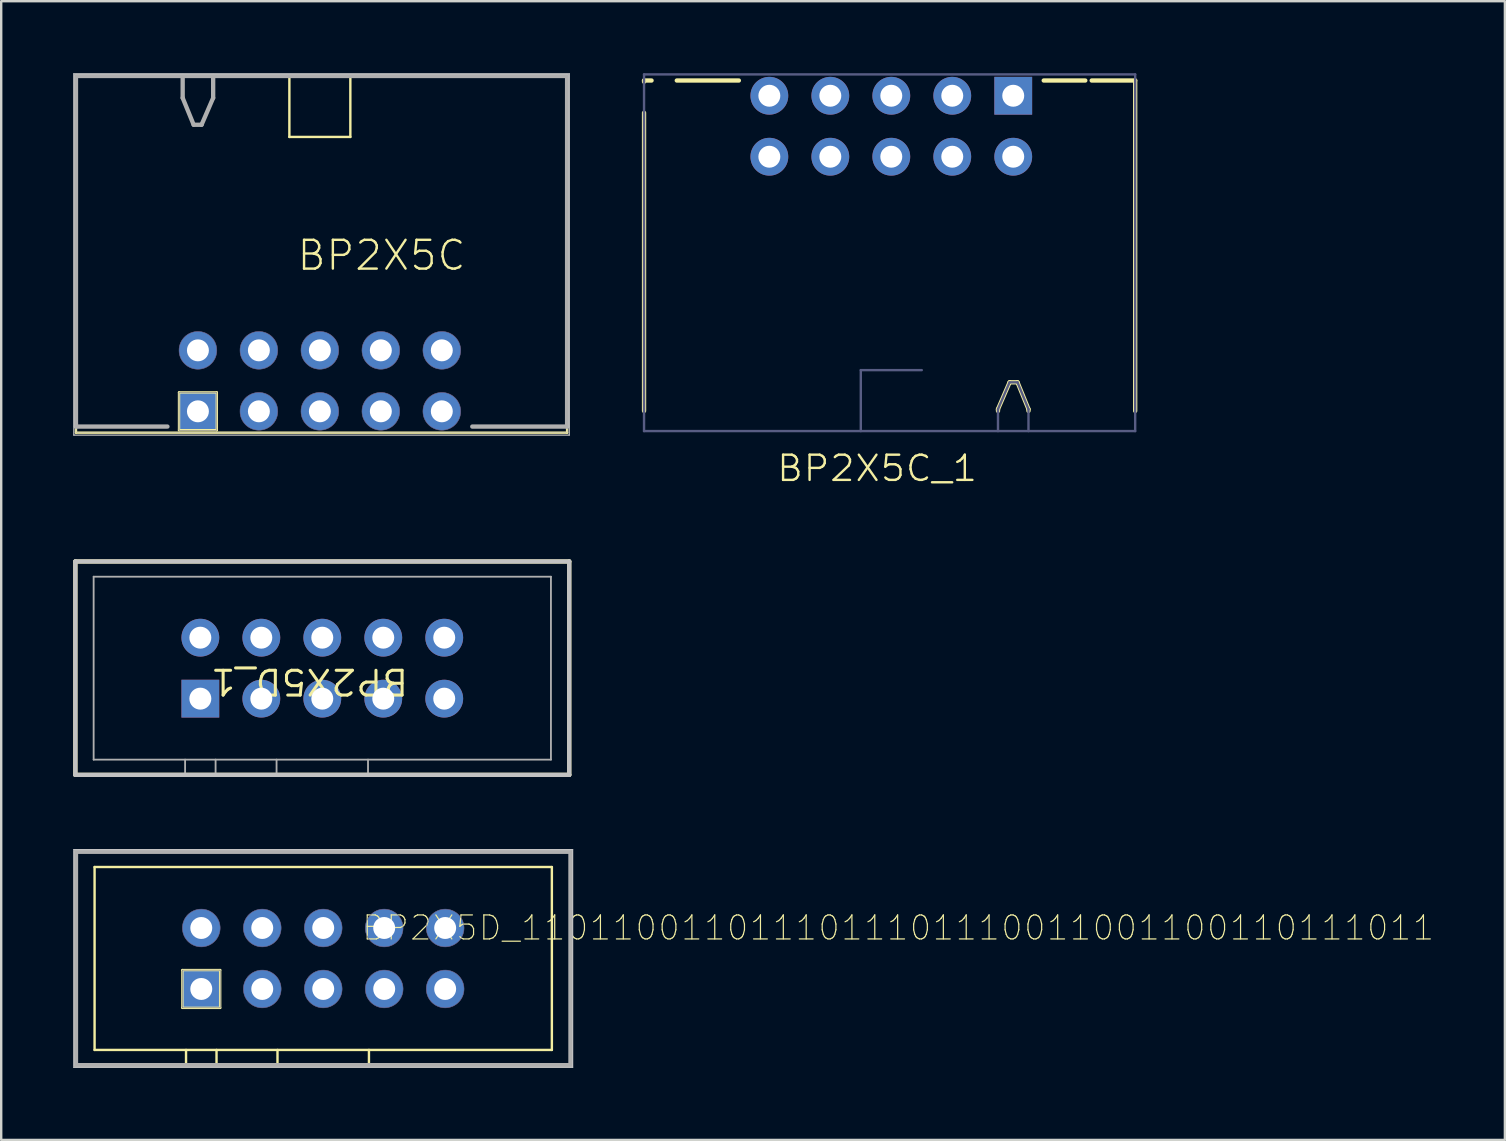
<source format=kicad_pcb>
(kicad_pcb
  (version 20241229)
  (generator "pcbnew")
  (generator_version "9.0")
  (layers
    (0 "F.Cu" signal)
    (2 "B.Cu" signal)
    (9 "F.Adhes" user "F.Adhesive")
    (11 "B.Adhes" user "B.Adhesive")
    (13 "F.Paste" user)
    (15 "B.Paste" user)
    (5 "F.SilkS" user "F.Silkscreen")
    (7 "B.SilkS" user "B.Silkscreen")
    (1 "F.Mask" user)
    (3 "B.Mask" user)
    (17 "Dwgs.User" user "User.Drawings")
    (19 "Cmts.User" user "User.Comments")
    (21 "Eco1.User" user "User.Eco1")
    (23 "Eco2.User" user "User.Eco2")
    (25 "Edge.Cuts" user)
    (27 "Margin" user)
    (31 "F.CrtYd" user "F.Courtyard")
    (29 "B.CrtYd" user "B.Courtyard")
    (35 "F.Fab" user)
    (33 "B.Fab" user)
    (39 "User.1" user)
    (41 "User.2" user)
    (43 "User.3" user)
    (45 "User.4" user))
  (footprint "BP2X5C_1"
    (layer "F.Cu")
    (at 39.16 0.939)
    (property "Reference" "BP2X5C_1" (at -5.671 15.522 0) (unlocked yes) (layer "F.SilkS") (effects (font (size 1.05 1.104) (thickness 0.1))))
    (attr smd)
    (fp_line (start -15.38 -0.635) (end -15.38 -0.583) (stroke (width 0.18) (type solid)) (layer "F.SilkS"))
    (fp_line (start -15.38 0.71) (end -15.38 13.13) (stroke (width 0.18) (type solid)) (layer "F.SilkS"))
    (fp_line (start -15.067 -0.635) (end -15.38 -0.635) (stroke (width 0.18) (type solid)) (layer "F.SilkS"))
    (fp_line (start -11.43 -0.635) (end -14.016 -0.635) (stroke (width 0.18) (type solid)) (layer "F.SilkS"))
    (fp_line (start -0.635 13.056) (end -0.635 13.13) (stroke (width 0.18) (type solid)) (layer "F.SilkS"))
    (fp_line (start -0.152 11.938) (end -0.635 13.056) (stroke (width 0.18) (type solid)) (layer "F.SilkS"))
    (fp_line (start 0.178 11.938) (end -0.152 11.938) (stroke (width 0.18) (type solid)) (layer "F.SilkS"))
    (fp_line (start 0.635 13.056) (end 0.178 11.938) (stroke (width 0.18) (type solid)) (layer "F.SilkS"))
    (fp_line (start 0.635 13.056) (end 0.635 13.13) (stroke (width 0.18) (type solid)) (layer "F.SilkS"))
    (fp_line (start 3.002 -0.635) (end 1.27 -0.635) (stroke (width 0.18) (type solid)) (layer "F.SilkS"))
    (fp_line (start 5.08 -0.635) (end 3.268 -0.635) (stroke (width 0.18) (type solid)) (layer "F.SilkS"))
    (fp_line (start 5.08 -0.635) (end 5.08 13.13) (stroke (width 0.18) (type solid)) (layer "F.SilkS"))
    (fp_line (start -15.38 -0.889) (end -15.38 13.97) (stroke (width 0.1) (type solid)) (layer "B.Fab"))
    (fp_line (start -6.35 11.43) (end -6.35 13.97) (stroke (width 0.1) (type solid)) (layer "B.Fab"))
    (fp_line (start -3.81 11.43) (end -6.35 11.43) (stroke (width 0.1) (type solid)) (layer "B.Fab"))
    (fp_line (start -0.635 13.056) (end -0.635 13.97) (stroke (width 0.1) (type solid)) (layer "B.Fab"))
    (fp_line (start -0.152 11.938) (end -0.635 13.056) (stroke (width 0.1) (type solid)) (layer "B.Fab"))
    (fp_line (start 0.178 11.938) (end -0.152 11.938) (stroke (width 0.1) (type solid)) (layer "B.Fab"))
    (fp_line (start 0.635 13.056) (end 0.178 11.938) (stroke (width 0.1) (type solid)) (layer "B.Fab"))
    (fp_line (start 0.635 13.056) (end 0.635 13.97) (stroke (width 0.1) (type solid)) (layer "B.Fab"))
    (fp_line (start 5.08 -0.889) (end -15.38 -0.889) (stroke (width 0.1) (type solid)) (layer "B.Fab"))
    (fp_line (start 5.08 -0.889) (end 5.08 13.97) (stroke (width 0.1) (type solid)) (layer "B.Fab"))
    (fp_line (start 5.08 13.97) (end -15.38 13.97) (stroke (width 0.1) (type solid)) (layer "B.Fab"))
    (pad "1" thru_hole rect (at 0 0 180) (size 1.575 1.575) (drill 0.914) (layers "*.Cu" "*.Mask"))
    (pad "2" thru_hole circle (at 0 2.54 180) (size 1.575 1.575) (drill 0.914) (layers "*.Cu" "*.Mask"))
    (pad "3" thru_hole circle (at -2.54 0 180) (size 1.575 1.575) (drill 0.914) (layers "*.Cu" "*.Mask"))
    (pad "4" thru_hole circle (at -2.54 2.54 180) (size 1.575 1.575) (drill 0.914) (layers "*.Cu" "*.Mask"))
    (pad "5" thru_hole circle (at -5.08 0 180) (size 1.575 1.575) (drill 0.914) (layers "*.Cu" "*.Mask"))
    (pad "6" thru_hole circle (at -5.08 2.54 180) (size 1.575 1.575) (drill 0.914) (layers "*.Cu" "*.Mask"))
    (pad "7" thru_hole circle (at -7.62 0 180) (size 1.575 1.575) (drill 0.914) (layers "*.Cu" "*.Mask"))
    (pad "8" thru_hole circle (at -7.62 2.54 180) (size 1.575 1.575) (drill 0.914) (layers "*.Cu" "*.Mask"))
    (pad "9" thru_hole circle (at -10.16 0 180) (size 1.575 1.575) (drill 0.914) (layers "*.Cu" "*.Mask"))
    (pad "10" thru_hole circle (at -10.16 2.54 180) (size 1.575 1.575) (drill 0.914) (layers "*.Cu" "*.Mask")))
  (footprint "BP2X5D_1"
    (layer "F.Cu")
    (at 5.296 26.055)
    (property "Reference" "BP2X5D_1" (at 4.547 -0.711 180) (unlocked yes) (layer "F.SilkS") (effects (font (size 1.033 1.087) (thickness 0.127))))
    (attr smd)
    (fp_line (start -5.207 -5.715) (end 15.367 -5.715) (stroke (width 0.178) (type solid)) (layer "F.SilkS"))
    (fp_line (start -5.207 3.175) (end -5.207 -5.715) (stroke (width 0.178) (type solid)) (layer "F.SilkS"))
    (fp_line (start -5.207 3.175) (end 15.367 3.175) (stroke (width 0.178) (type solid)) (layer "F.SilkS"))
    (fp_line (start 15.367 3.175) (end 15.367 -5.715) (stroke (width 0.178) (type solid)) (layer "F.SilkS"))
    (fp_line (start -5.207 -5.715) (end 15.367 -5.715) (stroke (width 0.178) (type solid)) (layer "Dwgs.User"))
    (fp_line (start -5.207 3.175) (end -5.207 -5.715) (stroke (width 0.178) (type solid)) (layer "Dwgs.User"))
    (fp_line (start -5.207 3.175) (end 15.367 3.175) (stroke (width 0.178) (type solid)) (layer "Dwgs.User"))
    (fp_line (start 15.367 3.175) (end 15.367 -5.715) (stroke (width 0.178) (type solid)) (layer "Dwgs.User"))
    (fp_line (start -5.207 -5.715) (end 15.367 -5.715) (stroke (width 0.076) (type solid)) (layer "F.Fab"))
    (fp_line (start -5.207 3.175) (end -5.207 -5.715) (stroke (width 0.076) (type solid)) (layer "F.Fab"))
    (fp_line (start -5.207 3.175) (end 15.367 3.175) (stroke (width 0.076) (type solid)) (layer "F.Fab"))
    (fp_line (start -4.445 -5.08) (end 14.605 -5.08) (stroke (width 0.076) (type solid)) (layer "F.Fab"))
    (fp_line (start -4.445 2.54) (end -4.445 -5.08) (stroke (width 0.076) (type solid)) (layer "F.Fab"))
    (fp_line (start -4.445 2.54) (end 14.605 2.54) (stroke (width 0.076) (type solid)) (layer "F.Fab"))
    (fp_line (start -0.635 3.175) (end -0.635 2.54) (stroke (width 0.076) (type solid)) (layer "F.Fab"))
    (fp_line (start 0.635 3.175) (end 0.635 2.54) (stroke (width 0.076) (type solid)) (layer "F.Fab"))
    (fp_line (start 3.175 3.175) (end 3.175 2.54) (stroke (width 0.076) (type solid)) (layer "F.Fab"))
    (fp_line (start 6.985 3.175) (end 6.985 2.54) (stroke (width 0.076) (type solid)) (layer "F.Fab"))
    (fp_line (start 14.605 2.54) (end 14.605 -5.08) (stroke (width 0.076) (type solid)) (layer "F.Fab"))
    (fp_line (start 15.367 3.175) (end 15.367 -5.715) (stroke (width 0.076) (type solid)) (layer "F.Fab"))
    (pad "1" thru_hole rect (at 0 0) (size 1.575 1.575) (drill 0.914) (layers "*.Cu" "*.Mask"))
    (pad "2" thru_hole circle (at 0 -2.54) (size 1.575 1.575) (drill 0.914) (layers "*.Cu" "*.Mask"))
    (pad "3" thru_hole circle (at 2.54 0) (size 1.575 1.575) (drill 0.914) (layers "*.Cu" "*.Mask"))
    (pad "4" thru_hole circle (at 2.54 -2.54) (size 1.575 1.575) (drill 0.914) (layers "*.Cu" "*.Mask"))
    (pad "5" thru_hole circle (at 5.08 0) (size 1.575 1.575) (drill 0.914) (layers "*.Cu" "*.Mask"))
    (pad "6" thru_hole circle (at 5.08 -2.54) (size 1.575 1.575) (drill 0.914) (layers "*.Cu" "*.Mask"))
    (pad "7" thru_hole circle (at 7.62 0) (size 1.575 1.575) (drill 0.914) (layers "*.Cu" "*.Mask"))
    (pad "8" thru_hole circle (at 7.62 -2.54) (size 1.575 1.575) (drill 0.914) (layers "*.Cu" "*.Mask"))
    (pad "9" thru_hole circle (at 10.16 0) (size 1.575 1.575) (drill 0.914) (layers "*.Cu" "*.Mask"))
    (pad "10" thru_hole circle (at 10.16 -2.54) (size 1.575 1.575) (drill 0.914) (layers "*.Cu" "*.Mask")))
  (footprint "BP2X5D_1101100110111011101110011001100110111011"
    (placed yes)
    (layer "F.Cu")
    (at 5.335 38.149)
    (property "Reference" "BP2X5D_1101100110111011101110011001100110111011" (at 6.643 -1.96 180) (layer "F.SilkS") (effects (font (size 1 1) (thickness 0.05)) (justify left bottom)))
    (attr through_hole)
    (fp_line (start -5.22 -5.715) (end -5.22 3.175) (stroke (width 0.1) (type solid)) (layer "F.SilkS"))
    (fp_line (start -5.22 3.175) (end 15.38 3.175) (stroke (width 0.1) (type solid)) (layer "F.SilkS"))
    (fp_line (start -4.445 -5.08) (end -4.445 2.54) (stroke (width 0.1) (type solid)) (layer "F.SilkS"))
    (fp_line (start -4.445 2.54) (end 14.605 2.54) (stroke (width 0.1) (type solid)) (layer "F.SilkS"))
    (fp_line (start -0.787 -0.787) (end -0.787 0.787) (stroke (width 0.1) (type solid)) (layer "F.SilkS"))
    (fp_line (start -0.787 0.787) (end 0.787 0.787) (stroke (width 0.1) (type solid)) (layer "F.SilkS"))
    (fp_line (start -0.635 3.175) (end -0.635 2.54) (stroke (width 0.1) (type solid)) (layer "F.SilkS"))
    (fp_line (start 0.635 3.175) (end 0.635 2.54) (stroke (width 0.1) (type solid)) (layer "F.SilkS"))
    (fp_line (start 0.787 -0.787) (end -0.787 -0.787) (stroke (width 0.1) (type solid)) (layer "F.SilkS"))
    (fp_line (start 0.787 0.787) (end 0.787 -0.787) (stroke (width 0.1) (type solid)) (layer "F.SilkS"))
    (fp_line (start 3.175 3.175) (end 3.175 2.54) (stroke (width 0.1) (type solid)) (layer "F.SilkS"))
    (fp_line (start 6.985 3.175) (end 6.985 2.54) (stroke (width 0.1) (type solid)) (layer "F.SilkS"))
    (fp_line (start 14.605 -5.08) (end -4.445 -5.08) (stroke (width 0.1) (type solid)) (layer "F.SilkS"))
    (fp_line (start 14.605 2.54) (end 14.605 -5.08) (stroke (width 0.1) (type solid)) (layer "F.SilkS"))
    (fp_line (start 15.38 -5.715) (end -5.22 -5.715) (stroke (width 0.1) (type solid)) (layer "F.SilkS"))
    (fp_line (start 15.38 3.175) (end 15.38 -5.715) (stroke (width 0.1) (type solid)) (layer "F.SilkS"))
    (fp_line (start -5.31 -5.805) (end 15.47 -5.805) (stroke (width 0.05) (type solid)) (layer "Dwgs.User"))
    (fp_line (start -5.31 3.265) (end -5.31 -5.805) (stroke (width 0.05) (type solid)) (layer "Dwgs.User"))
    (fp_line (start 15.47 -5.805) (end 15.47 3.265) (stroke (width 0.05) (type solid)) (layer "Dwgs.User"))
    (fp_line (start 15.47 3.265) (end -5.31 3.265) (stroke (width 0.05) (type solid)) (layer "Dwgs.User"))
    (fp_arc (start 0.7874 -2.54) (mid -0.7874 -2.54) (end 0.7874 -2.54) (stroke (width 0.02) (type solid)) (layer "B.Fab"))
    (fp_arc (start 3.3274 -2.54) (mid 1.7526 -2.54) (end 3.3274 -2.54) (stroke (width 0.02) (type solid)) (layer "B.Fab"))
    (fp_arc (start 3.3274 0) (mid 1.7526 0) (end 3.3274 0) (stroke (width 0.02) (type solid)) (layer "B.Fab"))
    (fp_arc (start 5.8674 -2.54) (mid 4.2926 -2.54) (end 5.8674 -2.54) (stroke (width 0.02) (type solid)) (layer "B.Fab"))
    (fp_arc (start 5.8674 0) (mid 4.2926 0) (end 5.8674 0) (stroke (width 0.02) (type solid)) (layer "B.Fab"))
    (fp_arc (start 8.4074 -2.54) (mid 6.8326 -2.54) (end 8.4074 -2.54) (stroke (width 0.02) (type solid)) (layer "B.Fab"))
    (fp_arc (start 8.4074 0) (mid 6.8326 0) (end 8.4074 0) (stroke (width 0.02) (type solid)) (layer "B.Fab"))
    (fp_arc (start 10.9474 -2.54) (mid 9.3726 -2.54) (end 10.9474 -2.54) (stroke (width 0.02) (type solid)) (layer "B.Fab"))
    (fp_arc (start 10.9474 0) (mid 9.3726 0) (end 10.9474 0) (stroke (width 0.02) (type solid)) (layer "B.Fab"))
    (fp_poly (pts (xy 0.787 -0.787) (xy 0.787 0.787) (xy -0.787 0.787) (xy -0.787 -0.787)) (stroke (width 0.02) (type solid)) (fill no) (layer "B.Fab"))
    (fp_line (start -5.22 -5.715) (end -5.22 3.175) (stroke (width 0.18) (type solid)) (layer "F.Fab"))
    (fp_line (start -5.22 3.175) (end 15.38 3.175) (stroke (width 0.18) (type solid)) (layer "F.Fab"))
    (fp_line (start 15.38 -5.715) (end -5.22 -5.715) (stroke (width 0.18) (type solid)) (layer "F.Fab"))
    (fp_line (start 15.38 3.175) (end 15.38 -5.715) (stroke (width 0.18) (type solid)) (layer "F.Fab"))
    (fp_poly (pts (xy -5.22 3.175) (xy -5.22 -5.715) (xy 15.38 -5.715) (xy 15.38 3.175) (xy -5.22 3.175)) (stroke (width 0.02) (type solid)) (fill no) (layer "F.Fab"))
    (pad "1" thru_hole rect (at 0 0) (size 1.575 1.575) (drill 0.914) (layers "*.Cu" "*.Mask"))
    (pad "2" thru_hole circle (at 0 -2.54) (size 1.575 1.575) (drill 0.914) (layers "*.Cu" "*.Mask"))
    (pad "3" thru_hole circle (at 2.54 0) (size 1.575 1.575) (drill 0.914) (layers "*.Cu" "*.Mask"))
    (pad "4" thru_hole circle (at 2.54 -2.54) (size 1.575 1.575) (drill 0.914) (layers "*.Cu" "*.Mask"))
    (pad "5" thru_hole circle (at 5.08 0) (size 1.575 1.575) (drill 0.914) (layers "*.Cu" "*.Mask"))
    (pad "6" thru_hole circle (at 5.08 -2.54) (size 1.575 1.575) (drill 0.914) (layers "*.Cu" "*.Mask"))
    (pad "7" thru_hole circle (at 7.62 0) (size 1.575 1.575) (drill 0.914) (layers "*.Cu" "*.Mask"))
    (pad "8" thru_hole circle (at 7.62 -2.54) (size 1.575 1.575) (drill 0.914) (layers "*.Cu" "*.Mask"))
    (pad "9" thru_hole circle (at 10.16 0) (size 1.575 1.575) (drill 0.914) (layers "*.Cu" "*.Mask"))
    (pad "10" thru_hole circle (at 10.16 -2.54) (size 1.575 1.575) (drill 0.914) (layers "*.Cu" "*.Mask")))
  (footprint "BP2X5C"
    (placed yes)
    (layer "F.Cu")
    (at 5.195 14.085)
    (property "Reference" "BP2X5C" (at 4.07 -5.794 180) (layer "F.SilkS") (effects (font (size 1.2 1.2) (thickness 0.1)) (justify left bottom)))
    (attr through_hole)
    (fp_line (start -5.08 -13.97) (end -5.08 0.889) (stroke (width 0.1) (type solid)) (layer "F.SilkS"))
    (fp_line (start -5.08 0.889) (end 15.38 0.889) (stroke (width 0.1) (type solid)) (layer "F.SilkS"))
    (fp_line (start -0.787 -0.787) (end -0.787 0.787) (stroke (width 0.1) (type solid)) (layer "F.SilkS"))
    (fp_line (start -0.787 0.787) (end 0.787 0.787) (stroke (width 0.1) (type solid)) (layer "F.SilkS"))
    (fp_line (start -0.635 -13.97) (end -0.635 -13.056) (stroke (width 0.1) (type solid)) (layer "F.SilkS"))
    (fp_line (start -0.635 -13.056) (end -0.178 -11.938) (stroke (width 0.1) (type solid)) (layer "F.SilkS"))
    (fp_line (start -0.178 -11.938) (end 0.152 -11.938) (stroke (width 0.1) (type solid)) (layer "F.SilkS"))
    (fp_line (start 0.152 -11.938) (end 0.635 -13.056) (stroke (width 0.1) (type solid)) (layer "F.SilkS"))
    (fp_line (start 0.635 -13.056) (end 0.635 -13.97) (stroke (width 0.1) (type solid)) (layer "F.SilkS"))
    (fp_line (start 0.787 -0.787) (end -0.787 -0.787) (stroke (width 0.1) (type solid)) (layer "F.SilkS"))
    (fp_line (start 0.787 0.787) (end 0.787 -0.787) (stroke (width 0.1) (type solid)) (layer "F.SilkS"))
    (fp_line (start 3.81 -11.43) (end 3.81 -13.97) (stroke (width 0.1) (type solid)) (layer "F.SilkS"))
    (fp_line (start 6.35 -13.97) (end 6.35 -11.43) (stroke (width 0.1) (type solid)) (layer "F.SilkS"))
    (fp_line (start 6.35 -11.43) (end 3.81 -11.43) (stroke (width 0.1) (type solid)) (layer "F.SilkS"))
    (fp_line (start 15.38 -13.97) (end -5.08 -13.97) (stroke (width 0.1) (type solid)) (layer "F.SilkS"))
    (fp_line (start 15.38 0.889) (end 15.38 -13.97) (stroke (width 0.1) (type solid)) (layer "F.SilkS"))
    (fp_line (start -5.17 -14.06) (end 15.47 -14.06) (stroke (width 0.05) (type solid)) (layer "Dwgs.User"))
    (fp_line (start -5.17 0.991) (end -5.17 -14.06) (stroke (width 0.05) (type solid)) (layer "Dwgs.User"))
    (fp_line (start 15.47 -14.06) (end 15.47 0.991) (stroke (width 0.05) (type solid)) (layer "Dwgs.User"))
    (fp_line (start 15.47 0.991) (end -5.17 0.991) (stroke (width 0.05) (type solid)) (layer "Dwgs.User"))
    (fp_arc (start 0.7874 -2.54) (mid -0.7874 -2.54) (end 0.7874 -2.54) (stroke (width 0.02) (type solid)) (layer "B.Fab"))
    (fp_arc (start 3.3274 -2.54) (mid 1.7526 -2.54) (end 3.3274 -2.54) (stroke (width 0.02) (type solid)) (layer "B.Fab"))
    (fp_arc (start 3.3274 0) (mid 1.7526 0) (end 3.3274 0) (stroke (width 0.02) (type solid)) (layer "B.Fab"))
    (fp_arc (start 5.8674 -2.54) (mid 4.2926 -2.54) (end 5.8674 -2.54) (stroke (width 0.02) (type solid)) (layer "B.Fab"))
    (fp_arc (start 5.8674 0) (mid 4.2926 0) (end 5.8674 0) (stroke (width 0.02) (type solid)) (layer "B.Fab"))
    (fp_arc (start 8.4074 -2.54) (mid 6.8326 -2.54) (end 8.4074 -2.54) (stroke (width 0.02) (type solid)) (layer "B.Fab"))
    (fp_arc (start 8.4074 0) (mid 6.8326 0) (end 8.4074 0) (stroke (width 0.02) (type solid)) (layer "B.Fab"))
    (fp_arc (start 10.9474 -2.54) (mid 9.3726 -2.54) (end 10.9474 -2.54) (stroke (width 0.02) (type solid)) (layer "B.Fab"))
    (fp_arc (start 10.9474 0) (mid 9.3726 0) (end 10.9474 0) (stroke (width 0.02) (type solid)) (layer "B.Fab"))
    (fp_poly (pts (xy 0.787 -0.787) (xy 0.787 0.787) (xy -0.787 0.787) (xy -0.787 -0.787)) (stroke (width 0.02) (type solid)) (fill no) (layer "B.Fab"))
    (fp_line (start -5.08 -13.97) (end -5.08 0.635) (stroke (width 0.18) (type solid)) (layer "F.Fab"))
    (fp_line (start -5.08 0.635) (end -1.27 0.635) (stroke (width 0.18) (type solid)) (layer "F.Fab"))
    (fp_line (start -0.635 -13.97) (end -0.635 -13.056) (stroke (width 0.18) (type solid)) (layer "F.Fab"))
    (fp_line (start -0.635 -13.056) (end -0.178 -11.938) (stroke (width 0.18) (type solid)) (layer "F.Fab"))
    (fp_line (start -0.178 -11.938) (end 0.152 -11.938) (stroke (width 0.18) (type solid)) (layer "F.Fab"))
    (fp_line (start 0.152 -11.938) (end 0.635 -13.056) (stroke (width 0.18) (type solid)) (layer "F.Fab"))
    (fp_line (start 0.635 -13.056) (end 0.635 -13.97) (stroke (width 0.18) (type solid)) (layer "F.Fab"))
    (fp_line (start 11.43 0.635) (end 15.38 0.635) (stroke (width 0.18) (type solid)) (layer "F.Fab"))
    (fp_line (start 15.38 -13.97) (end -5.08 -13.97) (stroke (width 0.18) (type solid)) (layer "F.Fab"))
    (fp_line (start 15.38 0.635) (end 15.38 -13.97) (stroke (width 0.18) (type solid)) (layer "F.Fab"))
    (fp_poly (pts (xy -5.08 0.889) (xy -5.08 -13.97) (xy 15.38 -13.97) (xy 15.38 0.889) (xy -5.08 0.889)) (stroke (width 0.02) (type solid)) (fill no) (layer "F.Fab"))
    (pad "1" thru_hole rect (at 0 0) (size 1.575 1.575) (drill 0.914) (layers "*.Cu" "*.Mask"))
    (pad "2" thru_hole circle (at 0 -2.54) (size 1.575 1.575) (drill 0.914) (layers "*.Cu" "*.Mask"))
    (pad "3" thru_hole circle (at 2.54 0) (size 1.575 1.575) (drill 0.914) (layers "*.Cu" "*.Mask"))
    (pad "4" thru_hole circle (at 2.54 -2.54) (size 1.575 1.575) (drill 0.914) (layers "*.Cu" "*.Mask"))
    (pad "5" thru_hole circle (at 5.08 0) (size 1.575 1.575) (drill 0.914) (layers "*.Cu" "*.Mask"))
    (pad "6" thru_hole circle (at 5.08 -2.54) (size 1.575 1.575) (drill 0.914) (layers "*.Cu" "*.Mask"))
    (pad "7" thru_hole circle (at 7.62 0) (size 1.575 1.575) (drill 0.914) (layers "*.Cu" "*.Mask"))
    (pad "8" thru_hole circle (at 7.62 -2.54) (size 1.575 1.575) (drill 0.914) (layers "*.Cu" "*.Mask"))
    (pad "9" thru_hole circle (at 10.16 0) (size 1.575 1.575) (drill 0.914) (layers "*.Cu" "*.Mask"))
    (pad "10" thru_hole circle (at 10.16 -2.54) (size 1.575 1.575) (drill 0.914) (layers "*.Cu" "*.Mask")))
  (gr_rect
    (start -3 -3)
    (end 59.642 44.439)
    (stroke (width 0.1) (type default))
    (fill no)
    (layer "Edge.Cuts")))
</source>
